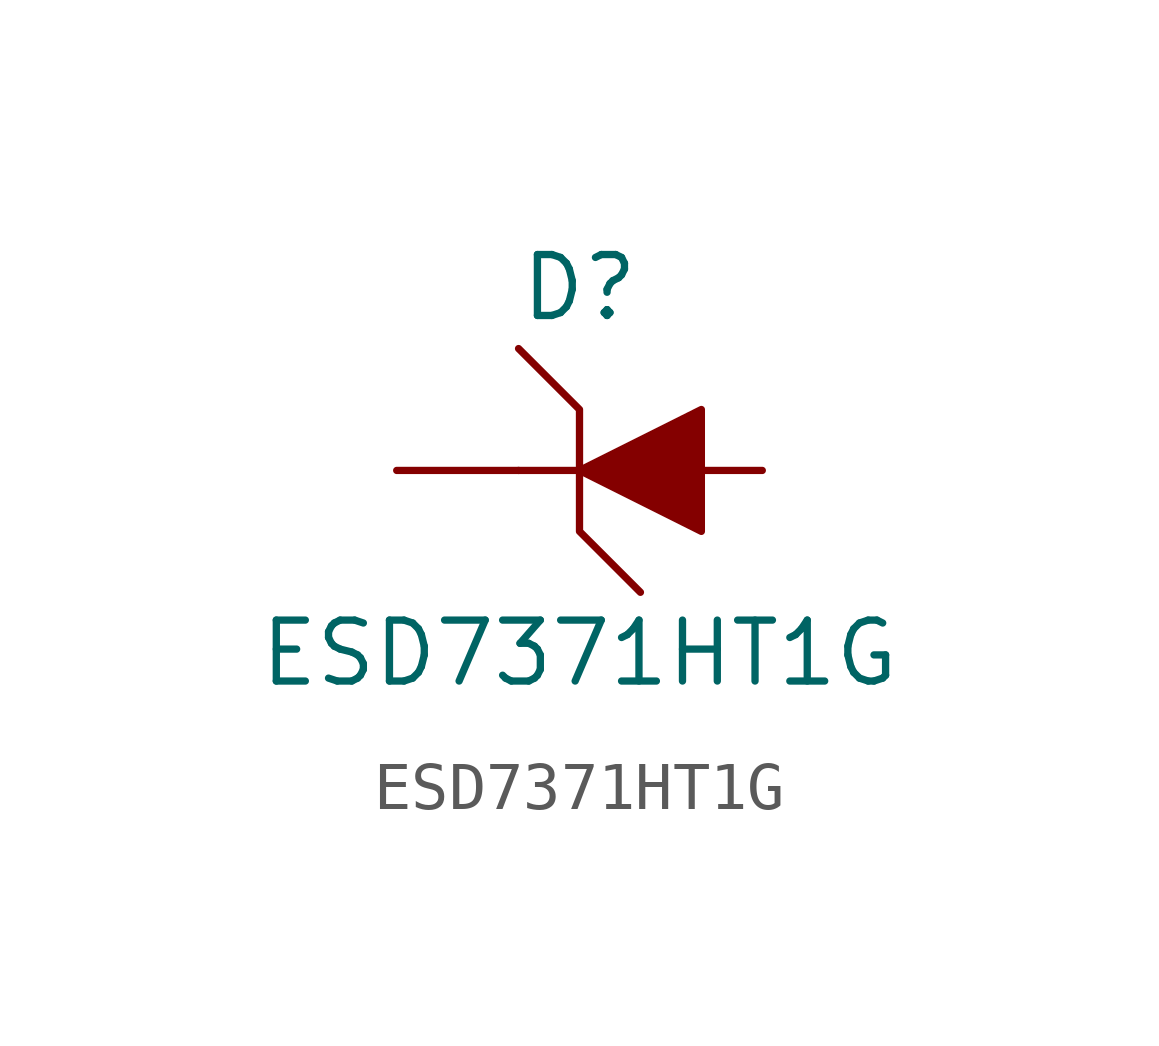
<source format=kicad_sym>
(kicad_symbol_lib
  (version 20211014)
  (generator kicad_symbol_editor)
  (symbol "ESD7371HT1G"
    (pin_numbers hide)
    (pin_names
      (offset 1.016) hide)
    (property "Reference" "D"
      (at 0 3.81 0)
      (effects (font (size 1.27 1.27))))
    (property "Value" "ESD7371HT1G"
      (at 0 -3.81 0)
      (effects (font (size 1.27 1.27))))
    (symbol "ESD7371HT1G_0_1"
      (polyline (pts (xy 1.27 0) (xy -1.27 0)) (stroke (width 0) (type default) (color 0 0 0 0)) (fill (type none)))
      (polyline (pts (xy -1.27 2.54) (xy 0 1.27) (xy 0 -1.27) (xy 1.27 -2.54)) (stroke (width 0) (type default) (color 0 0 0 0)) (fill (type none)))
      (polyline (pts (xy 2.54 -1.27) (xy 2.54 1.27) (xy 0 0) (xy 2.54 -1.27)) (stroke (width 0) (type default) (color 0 0 0 0)) (fill (type outline))))
    (symbol "ESD7371HT1G_1_1"
      (pin passive line (at -3.81 0 0) (length 2.54) (name "A1" (effects (font (size 1.27 1.27)))) (number "1" (effects (font (size 1.27 1.27)))))
      (pin passive line (at 3.81 0 180) (length 2.54) (name "A2" (effects (font (size 1.27 1.27)))) (number "2" (effects (font (size 1.27 1.27))))))))
</source>
